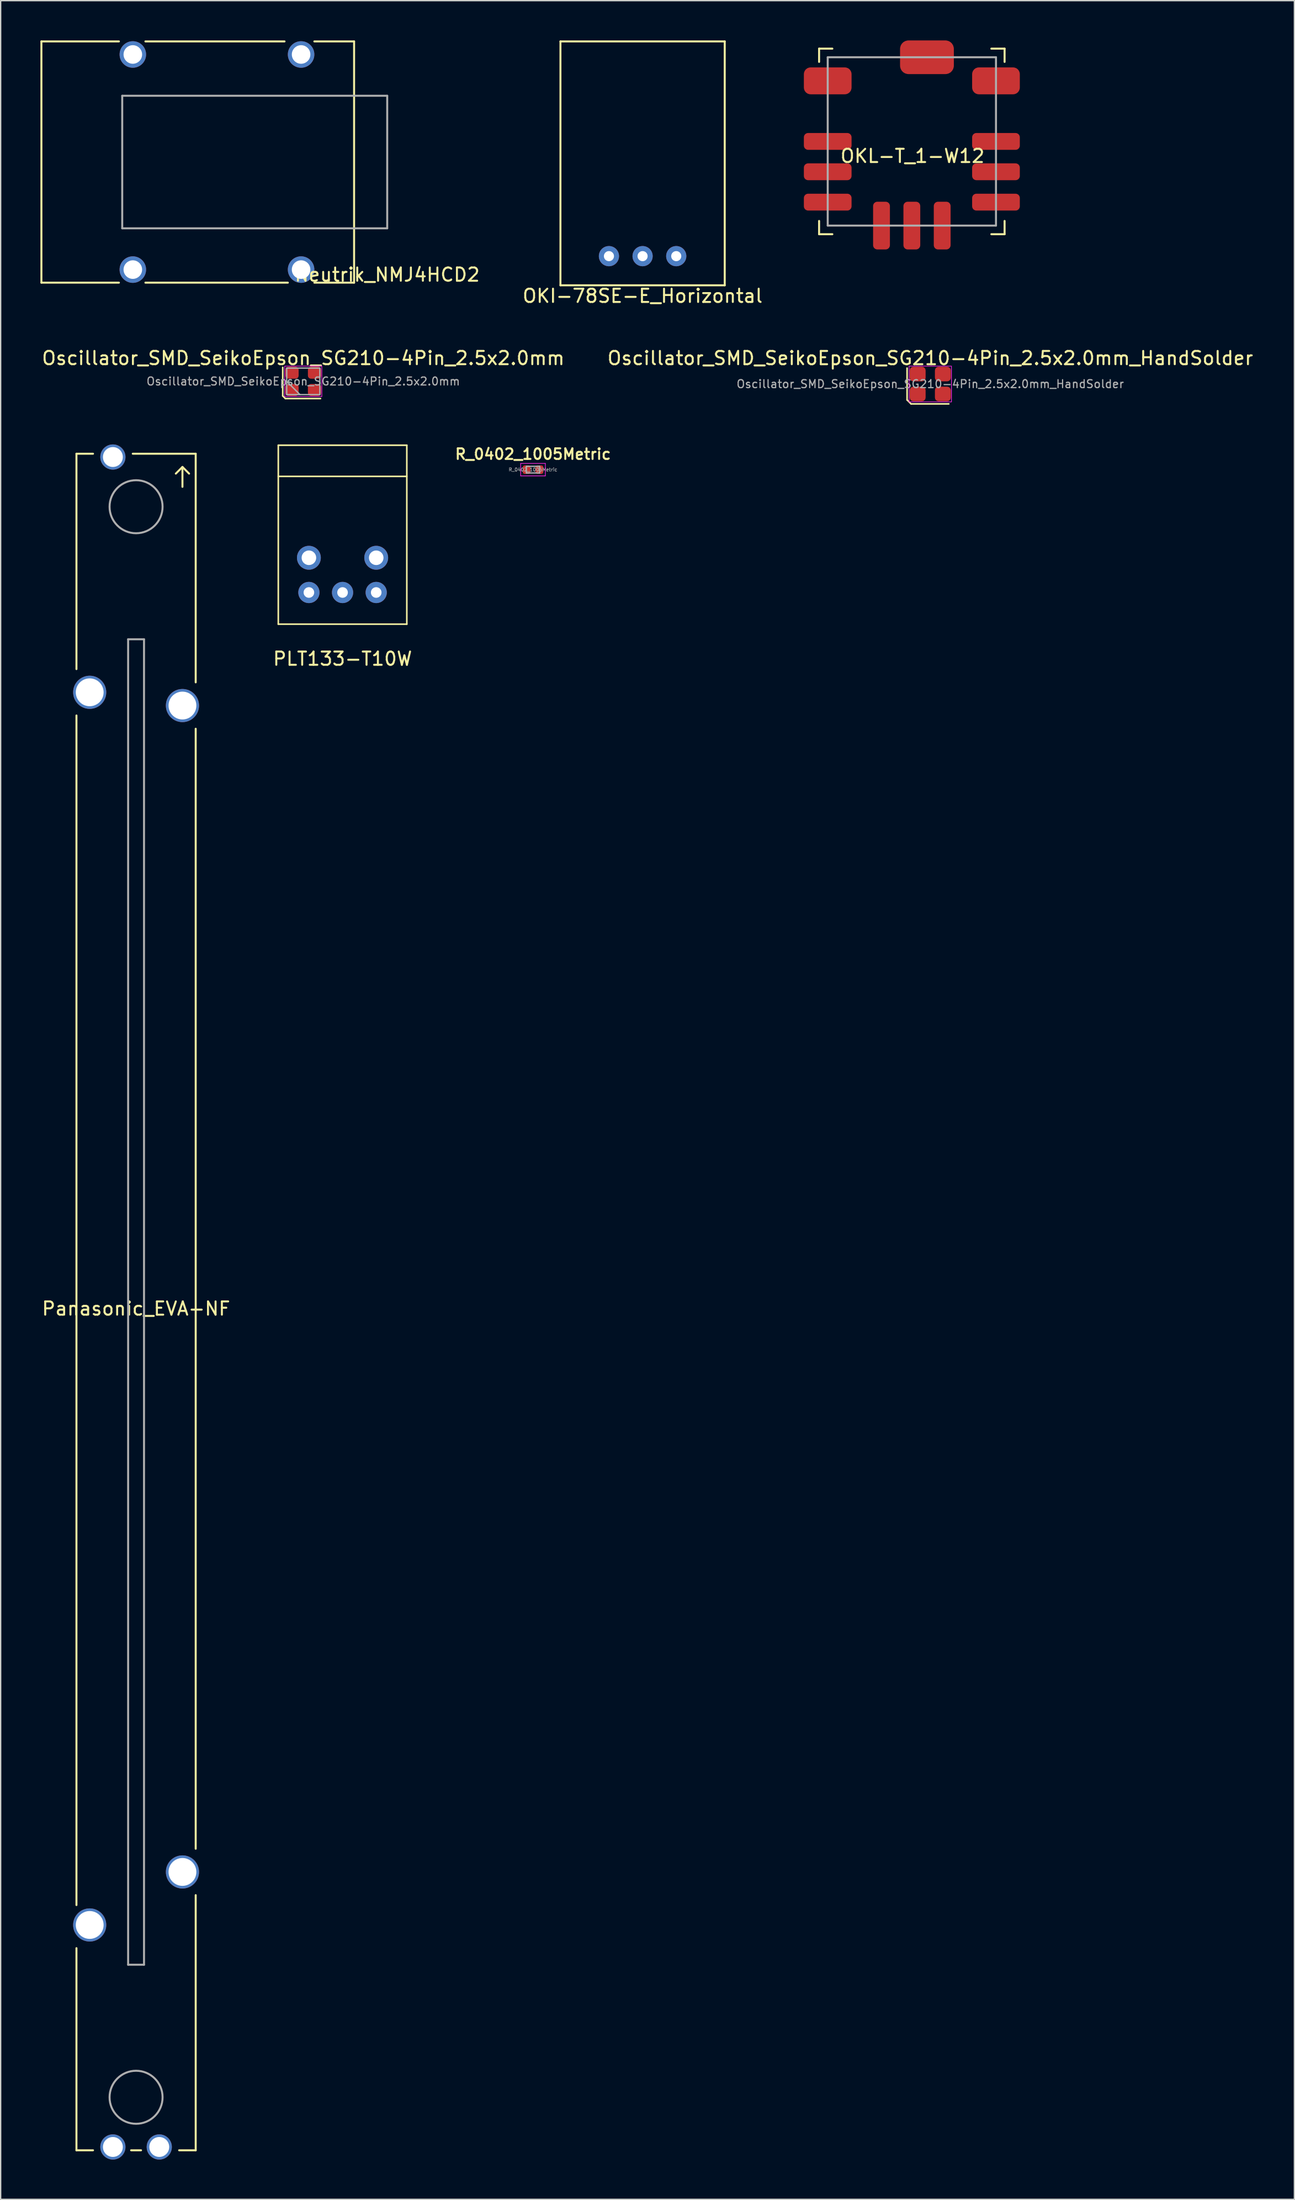
<source format=kicad_pcb>
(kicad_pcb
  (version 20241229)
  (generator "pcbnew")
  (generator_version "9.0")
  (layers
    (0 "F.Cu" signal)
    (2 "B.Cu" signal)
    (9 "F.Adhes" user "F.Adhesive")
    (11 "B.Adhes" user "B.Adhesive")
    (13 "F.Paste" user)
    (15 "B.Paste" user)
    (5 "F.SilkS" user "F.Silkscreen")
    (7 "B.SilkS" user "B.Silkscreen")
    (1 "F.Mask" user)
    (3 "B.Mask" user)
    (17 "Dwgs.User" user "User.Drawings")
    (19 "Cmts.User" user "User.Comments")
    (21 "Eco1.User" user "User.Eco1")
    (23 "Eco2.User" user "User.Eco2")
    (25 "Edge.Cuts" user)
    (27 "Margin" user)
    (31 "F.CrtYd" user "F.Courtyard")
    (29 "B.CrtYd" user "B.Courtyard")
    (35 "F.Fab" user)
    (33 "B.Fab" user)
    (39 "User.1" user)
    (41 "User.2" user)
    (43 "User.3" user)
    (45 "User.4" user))
  (footprint "R_0402_1005Metric"
    (layer "F.Cu")
    (at 37.178 32.383)
    (property "Reference" "R_0402_1005Metric" (at 0 -1.17 0) (layer "F.SilkS") (effects (font (size 0.8 0.8) (thickness 0.15))))
    (attr smd)
    (fp_line (start -0.93 -0.47) (end 0.93 -0.47) (stroke (width 0.05) (type solid)) (layer "F.CrtYd"))
    (fp_line (start -0.93 0.47) (end -0.93 -0.47) (stroke (width 0.05) (type solid)) (layer "F.CrtYd"))
    (fp_line (start 0.93 -0.47) (end 0.93 0.47) (stroke (width 0.05) (type solid)) (layer "F.CrtYd"))
    (fp_line (start 0.93 0.47) (end -0.93 0.47) (stroke (width 0.05) (type solid)) (layer "F.CrtYd"))
    (fp_line (start -0.5 -0.25) (end 0.5 -0.25) (stroke (width 0.1) (type solid)) (layer "F.Fab"))
    (fp_line (start -0.5 0.25) (end -0.5 -0.25) (stroke (width 0.1) (type solid)) (layer "F.Fab"))
    (fp_line (start 0.5 -0.25) (end 0.5 0.25) (stroke (width 0.1) (type solid)) (layer "F.Fab"))
    (fp_line (start 0.5 0.25) (end -0.5 0.25) (stroke (width 0.1) (type solid)) (layer "F.Fab"))
    (fp_text user "${REFERENCE}" (at 0 0 0) (layer "F.Fab") (effects (font (size 0.25 0.25) (thickness 0.04))))
    (pad "1" smd roundrect (at -0.485 0) (size 0.59 0.64) (layers "F.Cu" "F.Mask" "F.Paste") (roundrect_rratio 0.25))
    (pad "2" smd roundrect (at 0.485 0) (size 0.59 0.64) (layers "F.Cu" "F.Mask" "F.Paste") (roundrect_rratio 0.25)))
  (footprint "Oscillator_SMD_SeikoEpson_SG210-4Pin_2.5x2.0mm"
    (layer "F.Cu")
    (at 19.839 25.721)
    (property "Reference" "Oscillator_SMD_SeikoEpson_SG210-4Pin_2.5x2.0mm" (at 0 -1.75 0) (layer "F.SilkS") (effects (font (size 1 1) (thickness 0.15))))
    (attr smd)
    (fp_line (start -1.55 -1.05) (end -1.55 1.1) (stroke (width 0.12) (type solid)) (layer "F.SilkS"))
    (fp_line (start -1.55 1.1) (end -1.35 1.3) (stroke (width 0.12) (type solid)) (layer "F.SilkS"))
    (fp_line (start -1.35 1.3) (end 1.3 1.3) (stroke (width 0.12) (type solid)) (layer "F.SilkS"))
    (fp_rect (start -1.4 -1.15) (end 1.4 1.15) (stroke (width 0.05) (type solid)) (fill no) (layer "F.CrtYd"))
    (fp_line (start -1.25 -1) (end -1.25 1) (stroke (width 0.1) (type solid)) (layer "F.Fab"))
    (fp_line (start -1.25 0) (end -0.25 1) (stroke (width 0.1) (type solid)) (layer "F.Fab"))
    (fp_line (start -1.25 1) (end 1.25 1) (stroke (width 0.1) (type solid)) (layer "F.Fab"))
    (fp_line (start 1.25 -1) (end -1.25 -1) (stroke (width 0.1) (type solid)) (layer "F.Fab"))
    (fp_line (start 1.25 1) (end 1.25 -1) (stroke (width 0.1) (type solid)) (layer "F.Fab"))
    (fp_text user "${REFERENCE}" (at 0 0 0) (layer "F.Fab") (effects (font (size 0.6 0.6) (thickness 0.09))))
    (pad "1" smd roundrect (at -0.85 0.65) (size 1 0.9) (layers "F.Cu" "F.Mask" "F.Paste") (roundrect_rratio 0.25))
    (pad "2" smd roundrect (at 0.85 0.65) (size 1 0.9) (layers "F.Cu" "F.Mask" "F.Paste") (roundrect_rratio 0.25))
    (pad "3" smd roundrect (at 0.85 -0.65) (size 1 0.9) (layers "F.Cu" "F.Mask" "F.Paste") (roundrect_rratio 0.25))
    (pad "4" smd roundrect (at -0.85 -0.65) (size 1 0.9) (layers "F.Cu" "F.Mask" "F.Paste") (roundrect_rratio 0.25)))
  (footprint "OKL-T_1-W12"
    (layer "F.Cu")
    (at 65.771 7.62)
    (property "Reference" "OKL-T_1-W12" (at 0.05 1.1 0) (layer "F.SilkS") (effects (font (size 1 1) (thickness 0.15))))
    (attr through_hole)
    (fp_line (start -7 -7) (end -7 -6) (stroke (width 0.15) (type solid)) (layer "F.SilkS"))
    (fp_line (start -7 -7) (end -6 -7) (stroke (width 0.15) (type solid)) (layer "F.SilkS"))
    (fp_line (start -7 7) (end -7 6) (stroke (width 0.15) (type solid)) (layer "F.SilkS"))
    (fp_line (start -7 7) (end -6 7) (stroke (width 0.15) (type solid)) (layer "F.SilkS"))
    (fp_line (start 6 -7) (end 7 -7) (stroke (width 0.15) (type solid)) (layer "F.SilkS"))
    (fp_line (start 6 7) (end 7 7) (stroke (width 0.15) (type solid)) (layer "F.SilkS"))
    (fp_line (start 7 -7) (end 7 -6) (stroke (width 0.15) (type solid)) (layer "F.SilkS"))
    (fp_line (start 7 7) (end 7 6) (stroke (width 0.15) (type solid)) (layer "F.SilkS"))
    (fp_line (start -6.35 -6.35) (end -6.35 6.35) (stroke (width 0.15) (type solid)) (layer "F.Fab"))
    (fp_line (start -6.35 6.35) (end 6.35 6.35) (stroke (width 0.15) (type solid)) (layer "F.Fab"))
    (fp_line (start 6.35 -6.35) (end -6.35 -6.35) (stroke (width 0.15) (type solid)) (layer "F.Fab"))
    (fp_line (start 6.35 6.35) (end 6.35 -6.35) (stroke (width 0.15) (type solid)) (layer "F.Fab"))
    (pad "1" smd roundrect (at -6.35 0) (size 3.6 1.27) (layers "F.Cu" "F.Mask" "F.Paste") (roundrect_rratio 0.25))
    (pad "2" smd roundrect (at -6.35 -4.57 180) (size 3.6 2.03) (layers "F.Cu" "F.Mask" "F.Paste") (roundrect_rratio 0.25))
    (pad "3" smd roundrect (at 1.14 -6.35 90) (size 2.54 4.06) (layers "F.Cu" "F.Mask" "F.Paste") (roundrect_rratio 0.25))
    (pad "4" smd roundrect (at 6.35 -4.57 180) (size 3.6 2.03) (layers "F.Cu" "F.Mask" "F.Paste") (roundrect_rratio 0.25))
    (pad "5" smd roundrect (at 6.35 0) (size 3.6 1.27) (layers "F.Cu" "F.Mask" "F.Paste") (roundrect_rratio 0.25))
    (pad "6" smd roundrect (at 6.35 4.58) (size 3.6 1.27) (layers "F.Cu" "F.Mask" "F.Paste") (roundrect_rratio 0.25))
    (pad "7" smd roundrect (at 0 6.35 90) (size 3.6 1.27) (layers "F.Cu" "F.Mask" "F.Paste") (roundrect_rratio 0.25))
    (pad "8" smd roundrect (at -2.29 6.35 90) (size 3.6 1.27) (layers "F.Cu" "F.Mask" "F.Paste") (roundrect_rratio 0.25))
    (pad "9" smd roundrect (at -6.35 4.58) (size 3.6 1.27) (layers "F.Cu" "F.Mask" "F.Paste") (roundrect_rratio 0.25))
    (pad "10" smd roundrect (at -6.35 2.29) (size 3.6 1.27) (layers "F.Cu" "F.Mask" "F.Paste") (roundrect_rratio 0.25))
    (pad "11" smd roundrect (at 6.35 2.29) (size 3.6 1.27) (layers "F.Cu" "F.Mask" "F.Paste") (roundrect_rratio 0.25))
    (pad "12" smd roundrect (at 2.29 6.35 90) (size 3.6 1.27) (layers "F.Cu" "F.Mask" "F.Paste") (roundrect_rratio 0.25)))
  (footprint "Oscillator_SMD_SeikoEpson_SG210-4Pin_2.5x2.0mm_HandSolder"
    (layer "F.Cu")
    (at 67.161 25.922)
    (property "Reference" "Oscillator_SMD_SeikoEpson_SG210-4Pin_2.5x2.0mm_HandSolder" (at 0 -1.95 0) (layer "F.SilkS") (effects (font (size 1 1) (thickness 0.15))))
    (attr smd)
    (fp_line (start -1.75 -1.2) (end -1.75 1.2) (stroke (width 0.12) (type solid)) (layer "F.SilkS"))
    (fp_line (start -1.75 1.2) (end -1.45 1.5) (stroke (width 0.12) (type solid)) (layer "F.SilkS"))
    (fp_line (start -1.45 1.5) (end 1.4 1.5) (stroke (width 0.12) (type solid)) (layer "F.SilkS"))
    (fp_rect (start -1.6 -1.35) (end 1.6 1.35) (stroke (width 0.05) (type solid)) (fill no) (layer "F.CrtYd"))
    (fp_text user "${REFERENCE}" (at 0 0 0) (layer "F.Fab") (effects (font (size 0.6 0.6) (thickness 0.09))))
    (pad "1" smd roundrect (at -0.95 0.75) (size 1.2 1.1) (layers "F.Cu" "F.Mask" "F.Paste") (roundrect_rratio 0.25))
    (pad "2" smd roundrect (at 0.95 0.75) (size 1.2 1.1) (layers "F.Cu" "F.Mask" "F.Paste") (roundrect_rratio 0.25))
    (pad "3" smd roundrect (at 0.95 -0.75) (size 1.2 1.1) (layers "F.Cu" "F.Mask" "F.Paste") (roundrect_rratio 0.25))
    (pad "4" smd roundrect (at -0.95 -0.75) (size 1.2 1.1) (layers "F.Cu" "F.Mask" "F.Paste") (roundrect_rratio 0.25)))
  (footprint "PLT133-T10W"
    (layer "F.Cu")
    (at 22.804 41.651)
    (property "Reference" "PLT133-T10W" (at 0 5 0) (layer "F.SilkS") (effects (font (size 1 1) (thickness 0.15))))
    (attr through_hole)
    (fp_line (start -4.85 -11.11) (end -4.85 2.39) (stroke (width 0.12) (type solid)) (layer "F.SilkS"))
    (fp_line (start -4.85 -11.11) (end 4.85 -11.11) (stroke (width 0.12) (type solid)) (layer "F.SilkS"))
    (fp_line (start -4.85 -8.76) (end 4.85 -8.76) (stroke (width 0.12) (type solid)) (layer "F.SilkS"))
    (fp_line (start -4.85 2.39) (end 4.85 2.39) (stroke (width 0.12) (type solid)) (layer "F.SilkS"))
    (fp_line (start 4.85 -11.11) (end 4.85 2.39) (stroke (width 0.12) (type solid)) (layer "F.SilkS"))
    (pad "" np_thru_hole circle (at -2.54 -2.62) (size 1.8 1.8) (drill 1.1) (layers "*.Cu" "*.Mask"))
    (pad "" np_thru_hole circle (at 2.54 -2.62) (size 1.8 1.8) (drill 1.1) (layers "*.Cu" "*.Mask"))
    (pad "1" thru_hole circle (at 2.54 0) (size 1.6 1.6) (drill 0.8) (layers "*.Cu" "*.Mask"))
    (pad "2" thru_hole circle (at 0 0) (size 1.6 1.6) (drill 0.8) (layers "*.Cu" "*.Mask"))
    (pad "3" thru_hole circle (at -2.54 0) (size 1.6 1.6) (drill 0.8) (layers "*.Cu" "*.Mask")))
  (footprint "Panasonic_EVA-NF"
    (layer "F.Cu")
    (at 7.22 95.181)
    (property "Reference" "Panasonic_EVA-NF" (at 0 0.5 0) (layer "F.SilkS") (effects (font (size 1 1) (thickness 0.15))))
    (attr through_hole)
    (fp_line (start -4.5 -64) (end -4.5 -47.75) (stroke (width 0.15) (type solid)) (layer "F.SilkS"))
    (fp_line (start -4.5 -44.25) (end -4.5 45.5) (stroke (width 0.15) (type solid)) (layer "F.SilkS"))
    (fp_line (start -4.5 48.75) (end -4.5 64) (stroke (width 0.15) (type solid)) (layer "F.SilkS"))
    (fp_line (start -4.5 64) (end -3.25 64) (stroke (width 0.15) (type solid)) (layer "F.SilkS"))
    (fp_line (start -3.25 -64) (end -4.5 -64) (stroke (width 0.15) (type solid)) (layer "F.SilkS"))
    (fp_line (start -0.375 64) (end 0.375 64) (stroke (width 0.15) (type solid)) (layer "F.SilkS"))
    (fp_line (start 3.25 64) (end 4.5 64) (stroke (width 0.15) (type solid)) (layer "F.SilkS"))
    (fp_line (start 3.5 -63) (end 3 -62.5) (stroke (width 0.15) (type solid)) (layer "F.SilkS"))
    (fp_line (start 3.5 -63) (end 3.5 -61.5) (stroke (width 0.15) (type solid)) (layer "F.SilkS"))
    (fp_line (start 3.5 -63) (end 4 -62.5) (stroke (width 0.15) (type solid)) (layer "F.SilkS"))
    (fp_line (start 4.5 -64) (end -0.25 -64) (stroke (width 0.15) (type solid)) (layer "F.SilkS"))
    (fp_line (start 4.5 -46.75) (end 4.5 -64) (stroke (width 0.15) (type solid)) (layer "F.SilkS"))
    (fp_line (start 4.5 41.25) (end 4.5 -43.25) (stroke (width 0.15) (type solid)) (layer "F.SilkS"))
    (fp_line (start 4.5 64) (end 4.5 44.75) (stroke (width 0.15) (type solid)) (layer "F.SilkS"))
    (fp_line (start -0.6 -50) (end -0.6 50) (stroke (width 0.15) (type solid)) (layer "F.Fab"))
    (fp_line (start -0.6 -50) (end 0.6 -50) (stroke (width 0.15) (type solid)) (layer "F.Fab"))
    (fp_line (start 0.6 -50) (end 0.6 50) (stroke (width 0.15) (type solid)) (layer "F.Fab"))
    (fp_line (start 0.6 50) (end -0.6 50) (stroke (width 0.15) (type solid)) (layer "F.Fab"))
    (fp_circle (center 0 -60) (end 2 -60) (stroke (width 0.15) (type solid)) (fill no) (layer "F.Fab"))
    (fp_circle (center 0 60) (end 2 60) (stroke (width 0.15) (type solid)) (fill no) (layer "F.Fab"))
    (pad "" thru_hole circle (at -3.5 -46) (size 2.5 2.5) (drill 2.1) (layers "*.Cu" "*.Mask"))
    (pad "" thru_hole circle (at -3.5 47) (size 2.5 2.5) (drill 2.1) (layers "*.Cu" "*.Mask"))
    (pad "" thru_hole circle (at 3.5 -45) (size 2.5 2.5) (drill 2.1) (layers "*.Cu" "*.Mask"))
    (pad "" thru_hole circle (at 3.5 43) (size 2.5 2.5) (drill 2.1) (layers "*.Cu" "*.Mask"))
    (pad "1" thru_hole circle (at 1.75 63.75) (size 1.9 1.9) (drill 1.5) (layers "*.Cu" "*.Mask"))
    (pad "2" thru_hole circle (at -1.75 63.75) (size 1.9 1.9) (drill 1.5) (layers "*.Cu" "*.Mask"))
    (pad "3" thru_hole circle (at -1.75 -63.75) (size 1.9 1.9) (drill 1.5) (layers "*.Cu" "*.Mask")))
  (footprint "Neutrik_NMJ4HCD2"
    (layer "F.Cu")
    (at 23.675 9.175)
    (property "Reference" "Neutrik_NMJ4HCD2" (at 2.5 8.5 0) (layer "F.SilkS") (effects (font (size 1 1) (thickness 0.15))))
    (attr through_hole)
    (fp_line (start -23.6 -9.1) (end -23.6 9.1) (stroke (width 0.15) (type solid)) (layer "F.SilkS"))
    (fp_line (start -23.6 -9.1) (end -17.75 -9.1) (stroke (width 0.15) (type solid)) (layer "F.SilkS"))
    (fp_line (start -23.6 9.1) (end -17.75 9.1) (stroke (width 0.15) (type solid)) (layer "F.SilkS"))
    (fp_line (start -15.75 9.1) (end -5 9.1) (stroke (width 0.15) (type solid)) (layer "F.SilkS"))
    (fp_line (start -5.25 -9.1) (end -15.75 -9.1) (stroke (width 0.15) (type solid)) (layer "F.SilkS"))
    (fp_line (start 0 -9.1) (end -3 -9.1) (stroke (width 0.15) (type solid)) (layer "F.SilkS"))
    (fp_line (start 0 -9.1) (end 0 9.1) (stroke (width 0.15) (type solid)) (layer "F.SilkS"))
    (fp_line (start 0 9.1) (end -3 9.1) (stroke (width 0.15) (type solid)) (layer "F.SilkS"))
    (fp_line (start -17.5 5) (end -17.5 -5) (stroke (width 0.15) (type solid)) (layer "F.Fab"))
    (fp_line (start -17.5 5) (end 2.5 5) (stroke (width 0.15) (type solid)) (layer "F.Fab"))
    (fp_line (start 2.5 -5) (end -17.5 -5) (stroke (width 0.15) (type solid)) (layer "F.Fab"))
    (fp_line (start 2.5 -5) (end 2.5 5) (stroke (width 0.15) (type solid)) (layer "F.Fab"))
    (pad "1" thru_hole circle (at -16.7 -8.115) (size 2 2) (drill 1.4) (layers "*.Cu" "*.Mask"))
    (pad "2" thru_hole circle (at -4 -8.115) (size 2 2) (drill 1.4) (layers "*.Cu" "*.Mask"))
    (pad "3" thru_hole circle (at -16.7 8.115) (size 2 2) (drill 1.4) (layers "*.Cu" "*.Mask"))
    (pad "4" thru_hole circle (at -4 8.115) (size 2 2) (drill 1.4) (layers "*.Cu" "*.Mask")))
  (footprint "OKI-78SE-E_Horizontal"
    (layer "F.Cu")
    (at 45.449 16.275)
    (property "Reference" "OKI-78SE-E_Horizontal" (at 0 3 0) (layer "F.SilkS") (effects (font (size 1 1) (thickness 0.15))))
    (attr through_hole)
    (fp_line (start -6.2 -16.2) (end -6.2 2.2) (stroke (width 0.15) (type solid)) (layer "F.SilkS"))
    (fp_line (start -6.2 2.2) (end 6.2 2.2) (stroke (width 0.15) (type solid)) (layer "F.SilkS"))
    (fp_line (start 6.2 -16.2) (end -6.2 -16.2) (stroke (width 0.15) (type solid)) (layer "F.SilkS"))
    (fp_line (start 6.2 2.2) (end 6.2 -16.2) (stroke (width 0.15) (type solid)) (layer "F.SilkS"))
    (pad "1" thru_hole circle (at -2.54 0) (size 1.524 1.524) (drill 0.762) (layers "*.Cu" "*.Mask"))
    (pad "2" thru_hole circle (at 0 0) (size 1.524 1.524) (drill 0.762) (layers "*.Cu" "*.Mask"))
    (pad "3" thru_hole circle (at 2.54 0) (size 1.524 1.524) (drill 0.762) (layers "*.Cu" "*.Mask")))
  (gr_rect
    (start -3 -3)
    (end 94.643 162.881)
    (stroke (width 0.1) (type default))
    (fill no)
    (layer "Edge.Cuts")))
</source>
